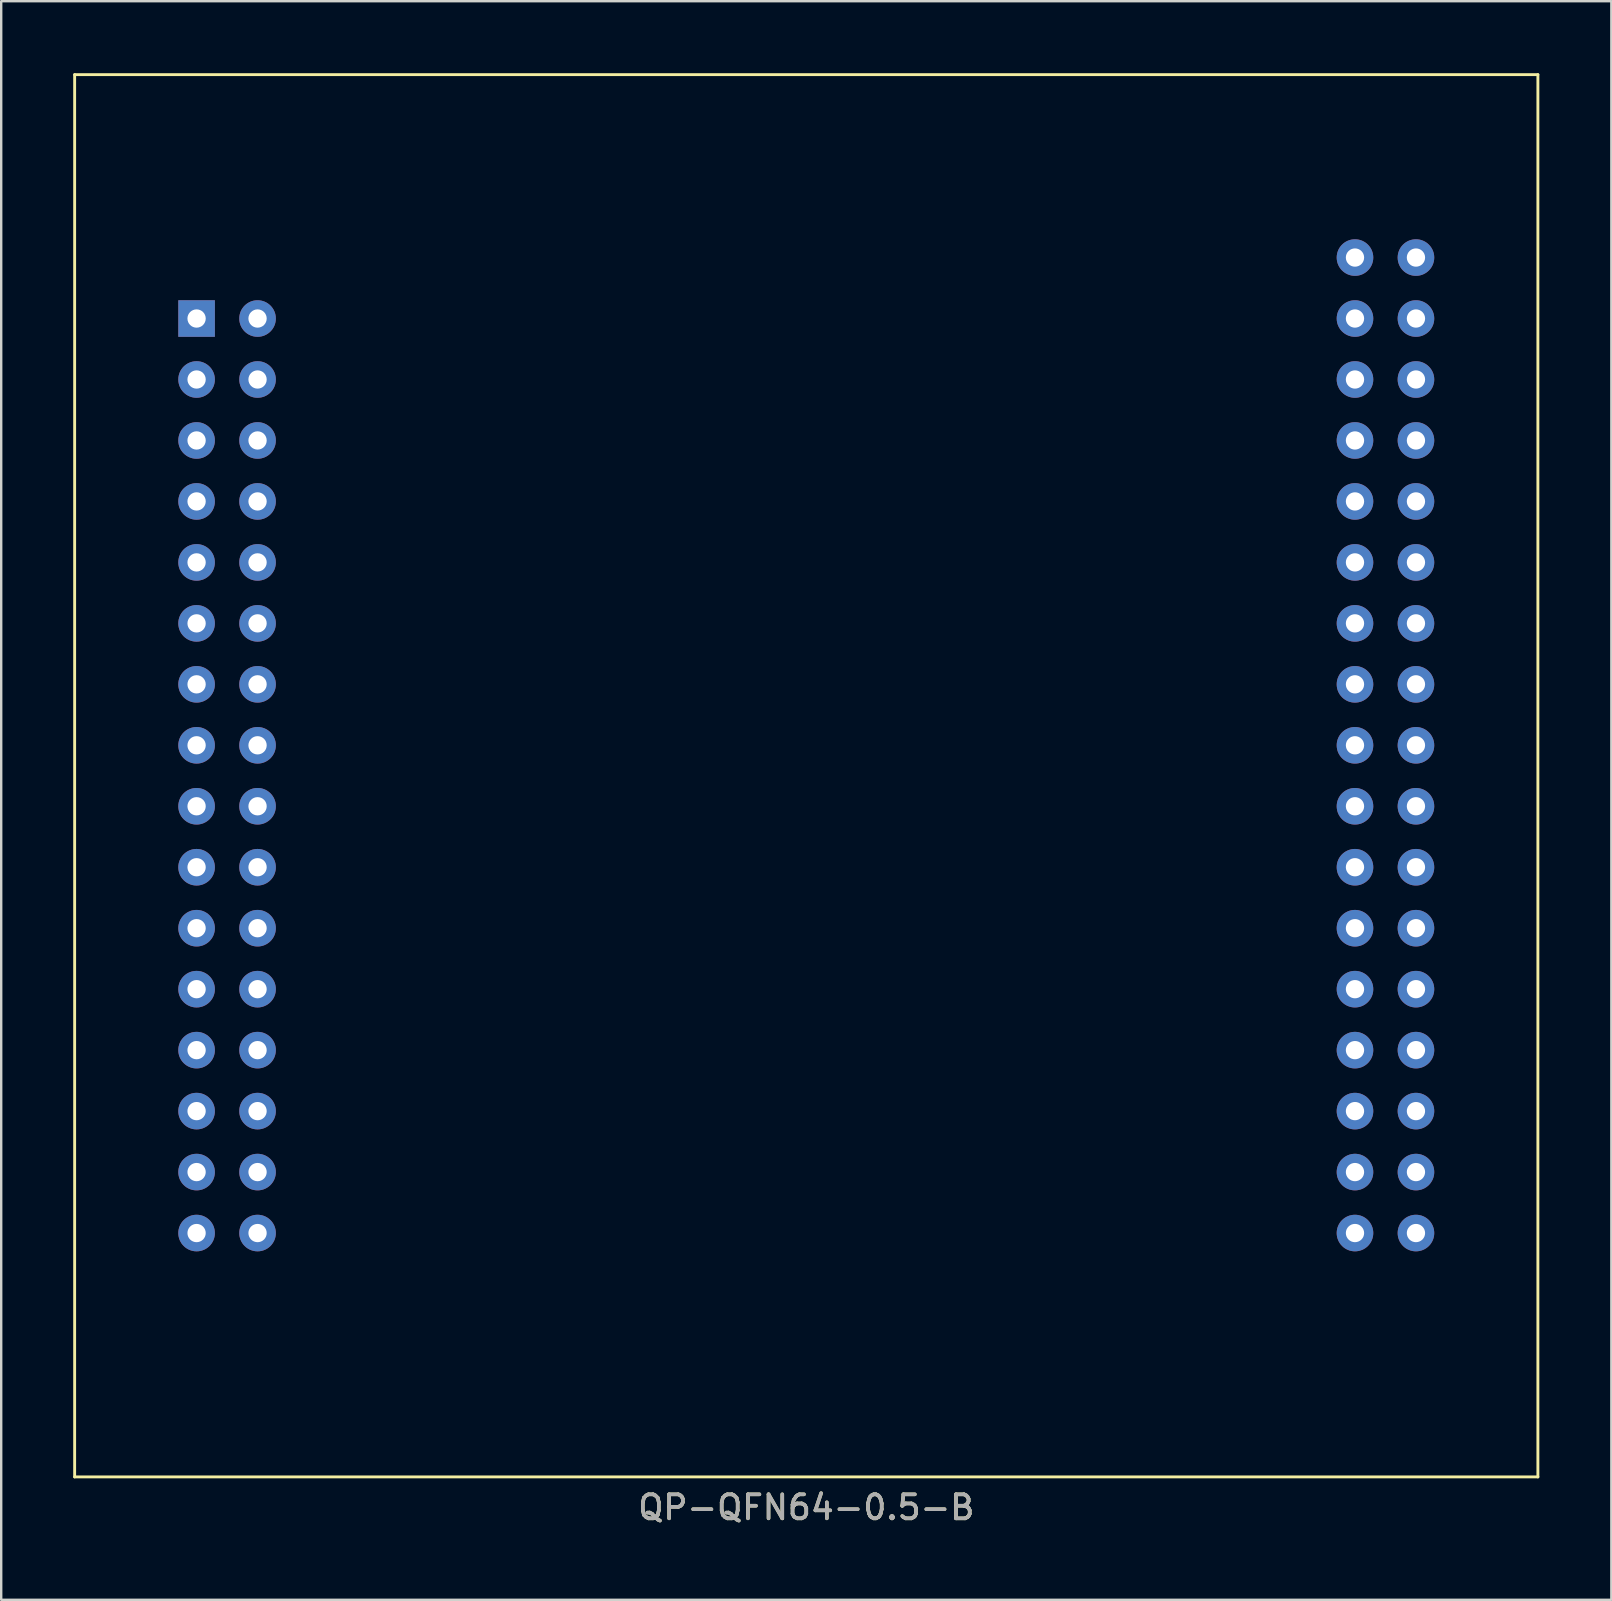
<source format=kicad_pcb>
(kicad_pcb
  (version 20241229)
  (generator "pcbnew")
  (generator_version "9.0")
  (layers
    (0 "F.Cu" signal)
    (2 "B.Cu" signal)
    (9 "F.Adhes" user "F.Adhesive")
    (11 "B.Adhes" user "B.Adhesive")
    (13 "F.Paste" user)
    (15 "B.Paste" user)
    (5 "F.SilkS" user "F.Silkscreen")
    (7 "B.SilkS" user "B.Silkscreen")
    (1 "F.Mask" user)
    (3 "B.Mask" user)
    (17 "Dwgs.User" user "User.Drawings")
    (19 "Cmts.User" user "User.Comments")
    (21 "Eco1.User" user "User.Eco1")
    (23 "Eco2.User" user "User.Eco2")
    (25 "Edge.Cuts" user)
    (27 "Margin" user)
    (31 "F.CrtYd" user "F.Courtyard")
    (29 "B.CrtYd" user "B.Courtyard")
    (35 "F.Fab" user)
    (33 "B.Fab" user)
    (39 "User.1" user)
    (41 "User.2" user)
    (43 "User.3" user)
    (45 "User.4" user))
  (footprint "QP-QFN64-0.5-B"
    (layer "F.Cu")
    (at 5.14 10.22)
    (property "Reference" "QP-QFN64-0.5-B" (at 25.4 49.53 0) (unlocked yes) (layer "F.SilkS") (effects (font (size 1 1) (thickness 0.15))))
    (attr through_hole)
    (fp_line (start -5.08 -10.16) (end 55.88 -10.16) (stroke (width 0.12) (type solid)) (layer "F.SilkS"))
    (fp_line (start -5.08 48.26) (end -5.08 -10.16) (stroke (width 0.12) (type solid)) (layer "F.SilkS"))
    (fp_line (start -5.08 48.26) (end 55.88 48.26) (stroke (width 0.12) (type solid)) (layer "F.SilkS"))
    (fp_line (start 55.88 48.26) (end 55.88 -10.16) (stroke (width 0.12) (type solid)) (layer "F.SilkS"))
    (fp_text user "${REFERENCE}" (at 25.4 49.53 0) (unlocked yes) (layer "F.Fab") (effects (font (size 1 1) (thickness 0.15))))
    (pad "" thru_hole circle (at 48.26 -2.54) (size 1.524 1.524) (drill 0.762) (layers "*.Cu" "*.Mask"))
    (pad "1" thru_hole rect (at 0 0) (size 1.524 1.524) (drill 0.762) (layers "*.Cu" "*.Mask"))
    (pad "2" thru_hole circle (at 2.54 0) (size 1.524 1.524) (drill 0.762) (layers "*.Cu" "*.Mask"))
    (pad "3" thru_hole circle (at 0 2.54) (size 1.524 1.524) (drill 0.762) (layers "*.Cu" "*.Mask"))
    (pad "4" thru_hole circle (at 2.54 2.54) (size 1.524 1.524) (drill 0.762) (layers "*.Cu" "*.Mask"))
    (pad "5" thru_hole circle (at 0 5.08) (size 1.524 1.524) (drill 0.762) (layers "*.Cu" "*.Mask"))
    (pad "6" thru_hole circle (at 2.54 5.08) (size 1.524 1.524) (drill 0.762) (layers "*.Cu" "*.Mask"))
    (pad "7" thru_hole circle (at 0 7.62) (size 1.524 1.524) (drill 0.762) (layers "*.Cu" "*.Mask"))
    (pad "8" thru_hole circle (at 2.54 7.62) (size 1.524 1.524) (drill 0.762) (layers "*.Cu" "*.Mask"))
    (pad "9" thru_hole circle (at 0 10.16) (size 1.524 1.524) (drill 0.762) (layers "*.Cu" "*.Mask"))
    (pad "10" thru_hole circle (at 2.54 10.16) (size 1.524 1.524) (drill 0.762) (layers "*.Cu" "*.Mask"))
    (pad "11" thru_hole circle (at 0 12.7) (size 1.524 1.524) (drill 0.762) (layers "*.Cu" "*.Mask"))
    (pad "12" thru_hole circle (at 2.54 12.7) (size 1.524 1.524) (drill 0.762) (layers "*.Cu" "*.Mask"))
    (pad "13" thru_hole circle (at 0 15.24) (size 1.524 1.524) (drill 0.762) (layers "*.Cu" "*.Mask"))
    (pad "14" thru_hole circle (at 2.54 15.24) (size 1.524 1.524) (drill 0.762) (layers "*.Cu" "*.Mask"))
    (pad "15" thru_hole circle (at 0 17.78) (size 1.524 1.524) (drill 0.762) (layers "*.Cu" "*.Mask"))
    (pad "16" thru_hole circle (at 2.54 17.78) (size 1.524 1.524) (drill 0.762) (layers "*.Cu" "*.Mask"))
    (pad "17" thru_hole circle (at 0 20.32) (size 1.524 1.524) (drill 0.762) (layers "*.Cu" "*.Mask"))
    (pad "18" thru_hole circle (at 2.54 20.32) (size 1.524 1.524) (drill 0.762) (layers "*.Cu" "*.Mask"))
    (pad "19" thru_hole circle (at 0 22.86) (size 1.524 1.524) (drill 0.762) (layers "*.Cu" "*.Mask"))
    (pad "20" thru_hole circle (at 2.54 22.86) (size 1.524 1.524) (drill 0.762) (layers "*.Cu" "*.Mask"))
    (pad "21" thru_hole circle (at 0 25.4) (size 1.524 1.524) (drill 0.762) (layers "*.Cu" "*.Mask"))
    (pad "22" thru_hole circle (at 2.54 25.4) (size 1.524 1.524) (drill 0.762) (layers "*.Cu" "*.Mask"))
    (pad "23" thru_hole circle (at 0 27.94) (size 1.524 1.524) (drill 0.762) (layers "*.Cu" "*.Mask"))
    (pad "24" thru_hole circle (at 2.54 27.94) (size 1.524 1.524) (drill 0.762) (layers "*.Cu" "*.Mask"))
    (pad "25" thru_hole circle (at 0 30.48) (size 1.524 1.524) (drill 0.762) (layers "*.Cu" "*.Mask"))
    (pad "26" thru_hole circle (at 2.54 30.48) (size 1.524 1.524) (drill 0.762) (layers "*.Cu" "*.Mask"))
    (pad "27" thru_hole circle (at 0 33.02) (size 1.524 1.524) (drill 0.762) (layers "*.Cu" "*.Mask"))
    (pad "28" thru_hole circle (at 2.54 33.02) (size 1.524 1.524) (drill 0.762) (layers "*.Cu" "*.Mask"))
    (pad "29" thru_hole circle (at 0 35.56) (size 1.524 1.524) (drill 0.762) (layers "*.Cu" "*.Mask"))
    (pad "30" thru_hole circle (at 2.54 35.56) (size 1.524 1.524) (drill 0.762) (layers "*.Cu" "*.Mask"))
    (pad "31" thru_hole circle (at 0 38.1) (size 1.524 1.524) (drill 0.762) (layers "*.Cu" "*.Mask"))
    (pad "32" thru_hole circle (at 2.54 38.1) (size 1.524 1.524) (drill 0.762) (layers "*.Cu" "*.Mask"))
    (pad "33" thru_hole circle (at 50.8 38.1) (size 1.524 1.524) (drill 0.762) (layers "*.Cu" "*.Mask"))
    (pad "34" thru_hole circle (at 48.26 38.1) (size 1.524 1.524) (drill 0.762) (layers "*.Cu" "*.Mask"))
    (pad "35" thru_hole circle (at 50.8 35.56) (size 1.524 1.524) (drill 0.762) (layers "*.Cu" "*.Mask"))
    (pad "36" thru_hole circle (at 48.26 35.56) (size 1.524 1.524) (drill 0.762) (layers "*.Cu" "*.Mask"))
    (pad "37" thru_hole circle (at 50.8 33.02) (size 1.524 1.524) (drill 0.762) (layers "*.Cu" "*.Mask"))
    (pad "38" thru_hole circle (at 48.26 33.02) (size 1.524 1.524) (drill 0.762) (layers "*.Cu" "*.Mask"))
    (pad "39" thru_hole circle (at 50.8 30.48) (size 1.524 1.524) (drill 0.762) (layers "*.Cu" "*.Mask"))
    (pad "40" thru_hole circle (at 48.26 30.48) (size 1.524 1.524) (drill 0.762) (layers "*.Cu" "*.Mask"))
    (pad "41" thru_hole circle (at 50.8 27.94) (size 1.524 1.524) (drill 0.762) (layers "*.Cu" "*.Mask"))
    (pad "42" thru_hole circle (at 48.26 27.94) (size 1.524 1.524) (drill 0.762) (layers "*.Cu" "*.Mask"))
    (pad "43" thru_hole circle (at 50.8 25.4) (size 1.524 1.524) (drill 0.762) (layers "*.Cu" "*.Mask"))
    (pad "44" thru_hole circle (at 48.26 25.4) (size 1.524 1.524) (drill 0.762) (layers "*.Cu" "*.Mask"))
    (pad "45" thru_hole circle (at 50.8 22.86) (size 1.524 1.524) (drill 0.762) (layers "*.Cu" "*.Mask"))
    (pad "46" thru_hole circle (at 48.26 22.86) (size 1.524 1.524) (drill 0.762) (layers "*.Cu" "*.Mask"))
    (pad "47" thru_hole circle (at 50.8 20.32) (size 1.524 1.524) (drill 0.762) (layers "*.Cu" "*.Mask"))
    (pad "48" thru_hole circle (at 48.26 20.32) (size 1.524 1.524) (drill 0.762) (layers "*.Cu" "*.Mask"))
    (pad "49" thru_hole circle (at 50.8 17.78) (size 1.524 1.524) (drill 0.762) (layers "*.Cu" "*.Mask"))
    (pad "50" thru_hole circle (at 48.26 17.78) (size 1.524 1.524) (drill 0.762) (layers "*.Cu" "*.Mask"))
    (pad "51" thru_hole circle (at 50.8 15.24) (size 1.524 1.524) (drill 0.762) (layers "*.Cu" "*.Mask"))
    (pad "52" thru_hole circle (at 48.26 15.24) (size 1.524 1.524) (drill 0.762) (layers "*.Cu" "*.Mask"))
    (pad "53" thru_hole circle (at 50.8 12.7) (size 1.524 1.524) (drill 0.762) (layers "*.Cu" "*.Mask"))
    (pad "54" thru_hole circle (at 48.26 12.7) (size 1.524 1.524) (drill 0.762) (layers "*.Cu" "*.Mask"))
    (pad "55" thru_hole circle (at 50.8 10.16) (size 1.524 1.524) (drill 0.762) (layers "*.Cu" "*.Mask"))
    (pad "56" thru_hole circle (at 48.26 10.16) (size 1.524 1.524) (drill 0.762) (layers "*.Cu" "*.Mask"))
    (pad "57" thru_hole circle (at 50.8 7.62) (size 1.524 1.524) (drill 0.762) (layers "*.Cu" "*.Mask"))
    (pad "58" thru_hole circle (at 48.26 7.62) (size 1.524 1.524) (drill 0.762) (layers "*.Cu" "*.Mask"))
    (pad "59" thru_hole circle (at 50.8 5.08) (size 1.524 1.524) (drill 0.762) (layers "*.Cu" "*.Mask"))
    (pad "60" thru_hole circle (at 48.26 5.08) (size 1.524 1.524) (drill 0.762) (layers "*.Cu" "*.Mask"))
    (pad "61" thru_hole circle (at 50.8 2.54) (size 1.524 1.524) (drill 0.762) (layers "*.Cu" "*.Mask"))
    (pad "62" thru_hole circle (at 48.26 2.54) (size 1.524 1.524) (drill 0.762) (layers "*.Cu" "*.Mask"))
    (pad "63" thru_hole circle (at 50.8 0) (size 1.524 1.524) (drill 0.762) (layers "*.Cu" "*.Mask"))
    (pad "64" thru_hole circle (at 48.26 0) (size 1.524 1.524) (drill 0.762) (layers "*.Cu" "*.Mask"))
    (pad "65" thru_hole circle (at 50.8 -2.54) (size 1.524 1.524) (drill 0.762) (layers "*.Cu" "*.Mask")))
  (gr_rect
    (start -3 -3)
    (end 64.08 63.598)
    (stroke (width 0.1) (type default))
    (fill no)
    (layer "Edge.Cuts")))
</source>
